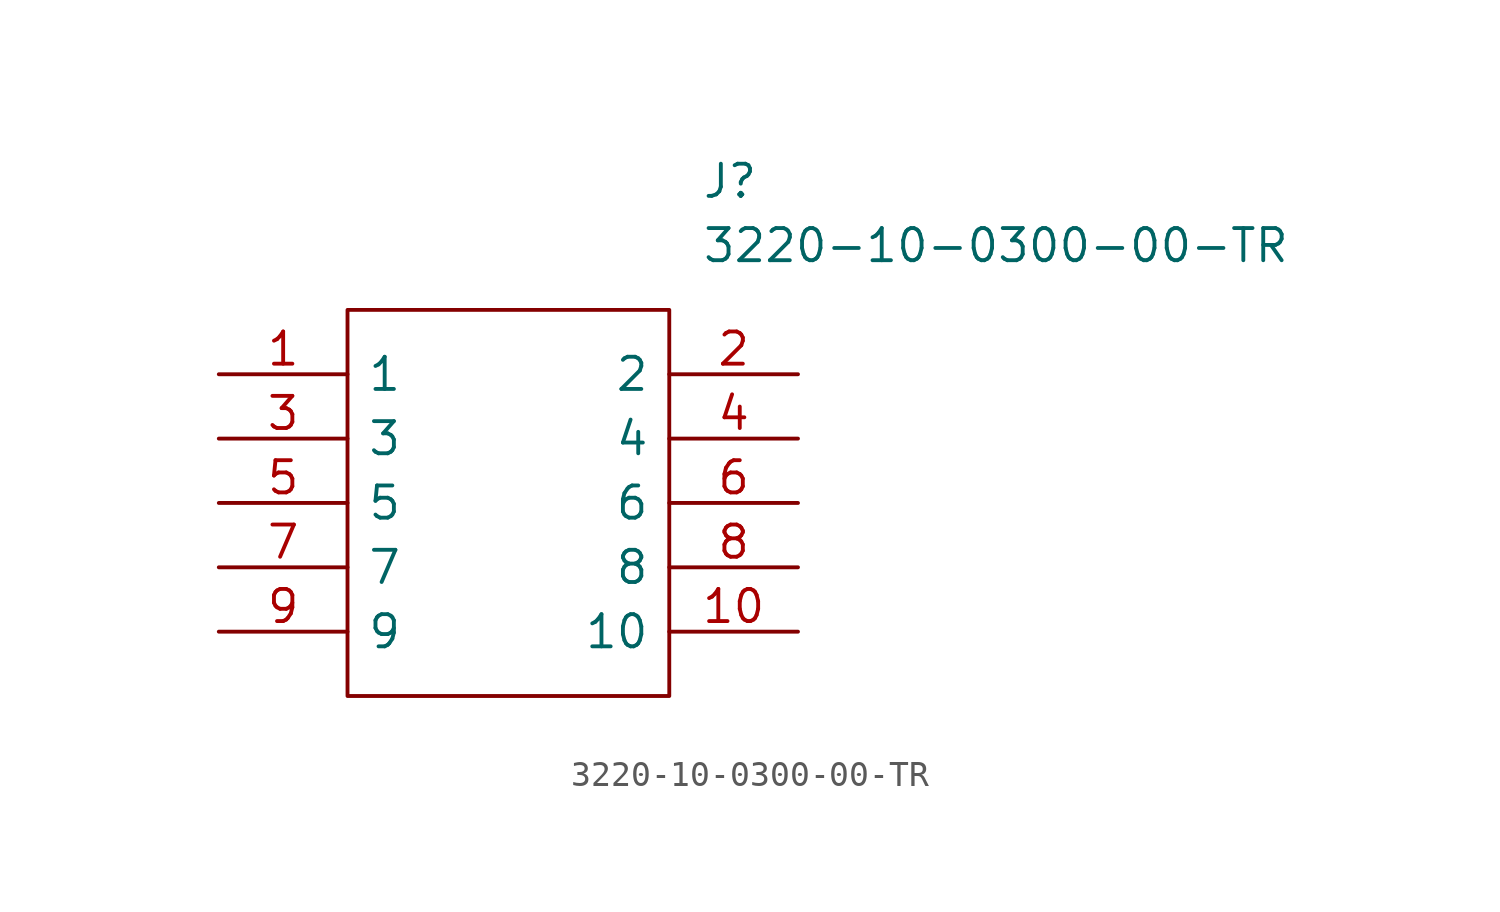
<source format=kicad_sym>
(kicad_symbol_lib
  (version 20211014)
  (generator kicad_symbol_editor)
  (symbol "3220-10-0300-00-TR"
    (pin_names
      (offset 0.762))
    (property "Reference" "J"
      (at 19.05 7.62 0)
      (effects (font (size 1.27 1.27)) (justify left)))
    (property "Value" "3220-10-0300-00-TR"
      (at 19.05 5.08 0)
      (effects (font (size 1.27 1.27)) (justify left)))
    (symbol "3220-10-0300-00-TR_0_0"
      (pin passive line (at 0 0 0) (length 5.08) (name "1" (effects (font (size 1.27 1.27)))) (number "1" (effects (font (size 1.27 1.27)))))
      (pin passive line (at 22.86 -10.16 180) (length 5.08) (name "10" (effects (font (size 1.27 1.27)))) (number "10" (effects (font (size 1.27 1.27)))))
      (pin passive line (at 22.86 0 180) (length 5.08) (name "2" (effects (font (size 1.27 1.27)))) (number "2" (effects (font (size 1.27 1.27)))))
      (pin passive line (at 0 -2.54 0) (length 5.08) (name "3" (effects (font (size 1.27 1.27)))) (number "3" (effects (font (size 1.27 1.27)))))
      (pin passive line (at 22.86 -2.54 180) (length 5.08) (name "4" (effects (font (size 1.27 1.27)))) (number "4" (effects (font (size 1.27 1.27)))))
      (pin passive line (at 0 -5.08 0) (length 5.08) (name "5" (effects (font (size 1.27 1.27)))) (number "5" (effects (font (size 1.27 1.27)))))
      (pin passive line (at 22.86 -5.08 180) (length 5.08) (name "6" (effects (font (size 1.27 1.27)))) (number "6" (effects (font (size 1.27 1.27)))))
      (pin passive line (at 0 -7.62 0) (length 5.08) (name "7" (effects (font (size 1.27 1.27)))) (number "7" (effects (font (size 1.27 1.27)))))
      (pin passive line (at 22.86 -7.62 180) (length 5.08) (name "8" (effects (font (size 1.27 1.27)))) (number "8" (effects (font (size 1.27 1.27)))))
      (pin passive line (at 0 -10.16 0) (length 5.08) (name "9" (effects (font (size 1.27 1.27)))) (number "9" (effects (font (size 1.27 1.27))))))
    (symbol "3220-10-0300-00-TR_0_1"
      (polyline (pts (xy 5.08 2.54) (xy 17.78 2.54) (xy 17.78 -12.7) (xy 5.08 -12.7) (xy 5.08 2.54)) (stroke (width 0.152) (type default) (color 0 0 0 0)) (fill (type none))))))
</source>
